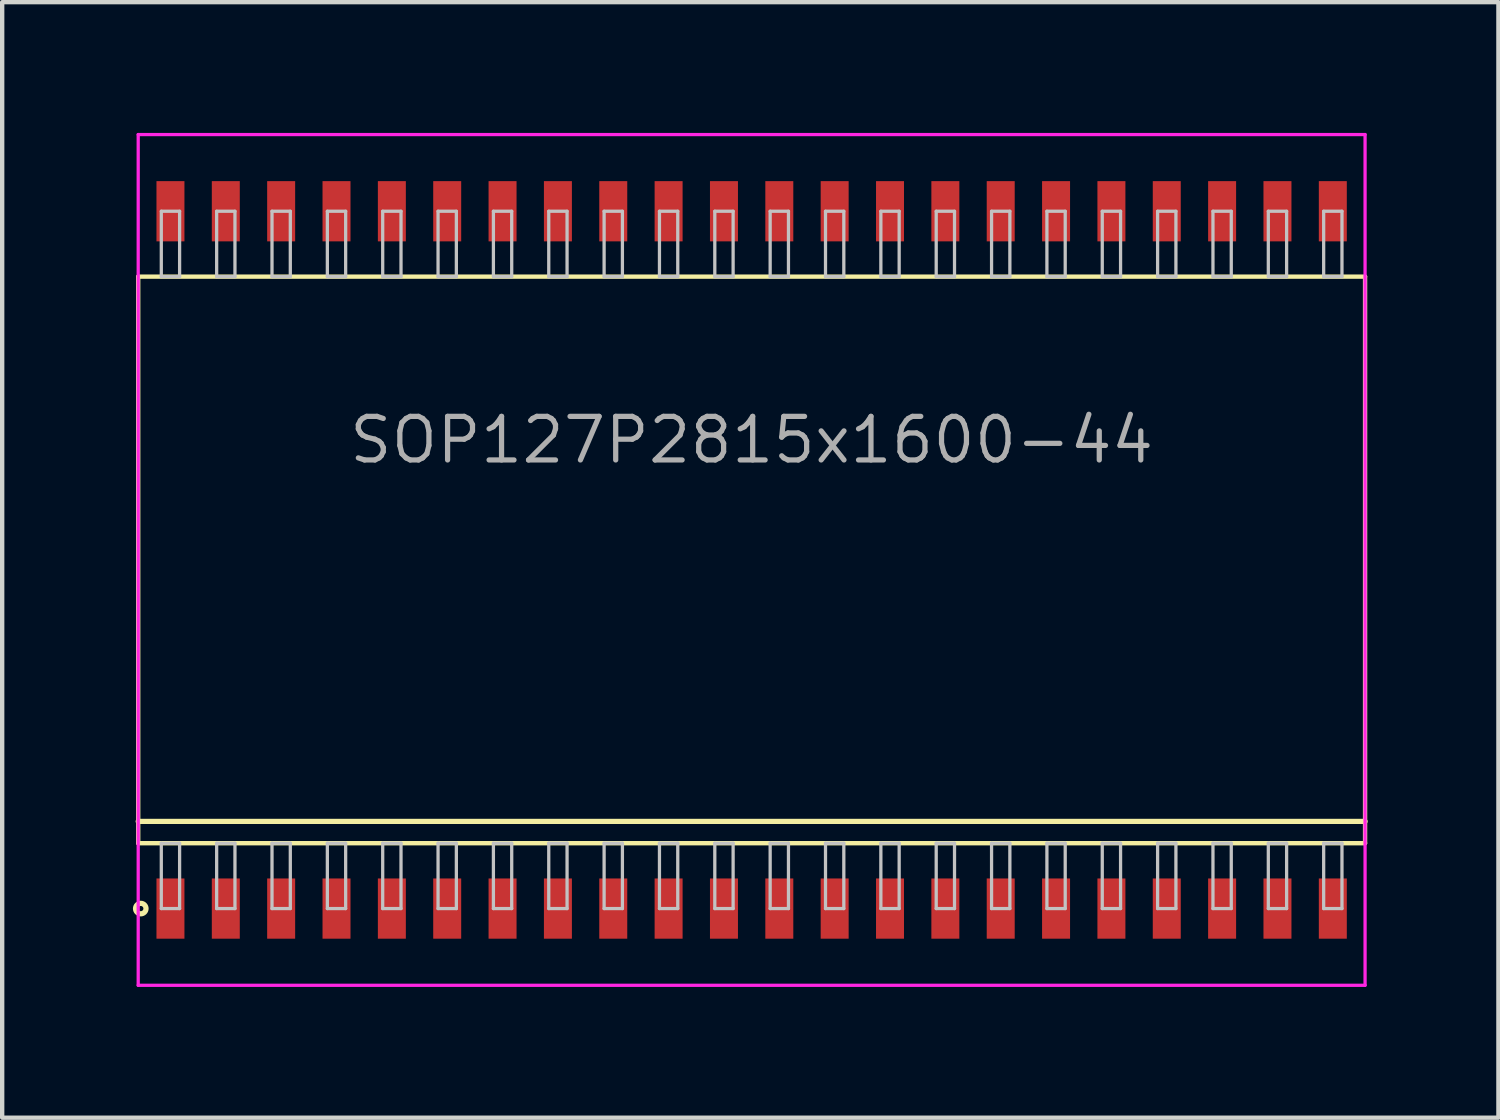
<source format=kicad_pcb>
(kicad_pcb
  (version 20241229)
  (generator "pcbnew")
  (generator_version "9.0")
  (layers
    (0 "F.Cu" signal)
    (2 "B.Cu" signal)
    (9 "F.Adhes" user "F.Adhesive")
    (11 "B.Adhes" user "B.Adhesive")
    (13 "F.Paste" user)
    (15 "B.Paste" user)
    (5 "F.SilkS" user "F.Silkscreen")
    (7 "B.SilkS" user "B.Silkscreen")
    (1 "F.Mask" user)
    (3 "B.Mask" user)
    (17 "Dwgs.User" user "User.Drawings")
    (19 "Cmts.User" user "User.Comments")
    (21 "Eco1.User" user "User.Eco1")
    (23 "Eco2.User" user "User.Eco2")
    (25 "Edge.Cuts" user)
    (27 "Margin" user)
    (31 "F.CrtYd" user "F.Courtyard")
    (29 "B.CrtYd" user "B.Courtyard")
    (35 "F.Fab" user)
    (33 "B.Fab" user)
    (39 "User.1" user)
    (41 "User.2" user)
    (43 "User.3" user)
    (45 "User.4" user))
  (footprint "SOP127P2815x1600-44"
    (layer "F.Cu")
    (at 14.196 9.797)
    (property "Reference" "SOP127P2815x1600-44" (at 0 -2.75 0) (layer "F.Fab") (effects (font (size 1 1) (thickness 0.12))))
    (attr through_hole)
    (fp_line (start -14.075 -6.5) (end -14.075 6.5) (stroke (width 0.1) (type solid)) (layer "F.SilkS"))
    (fp_line (start -14.075 6) (end 14.075 6) (stroke (width 0.12) (type solid)) (layer "F.SilkS"))
    (fp_line (start -14.075 6.5) (end 14.075 6.5) (stroke (width 0.1) (type solid)) (layer "F.SilkS"))
    (fp_line (start 14.075 -6.5) (end -14.075 -6.5) (stroke (width 0.1) (type solid)) (layer "F.SilkS"))
    (fp_line (start 14.075 6.5) (end 14.075 -6.5) (stroke (width 0.1) (type solid)) (layer "F.SilkS"))
    (fp_circle (center -14.016 8) (end -13.896 8) (stroke (width 0.12) (type solid)) (fill no) (layer "F.SilkS"))
    (fp_line (start -13.545 -8) (end -13.545 -6.5) (stroke (width 0.075) (type solid)) (layer "Dwgs.User"))
    (fp_line (start -13.545 -6.5) (end -13.125 -6.5) (stroke (width 0.075) (type solid)) (layer "Dwgs.User"))
    (fp_line (start -13.545 6.5) (end -13.125 6.5) (stroke (width 0.075) (type solid)) (layer "Dwgs.User"))
    (fp_line (start -13.545 8) (end -13.545 6.5) (stroke (width 0.075) (type solid)) (layer "Dwgs.User"))
    (fp_line (start -13.125 -8) (end -13.545 -8) (stroke (width 0.075) (type solid)) (layer "Dwgs.User"))
    (fp_line (start -13.125 -6.5) (end -13.125 -8) (stroke (width 0.075) (type solid)) (layer "Dwgs.User"))
    (fp_line (start -13.125 6.5) (end -13.125 8) (stroke (width 0.075) (type solid)) (layer "Dwgs.User"))
    (fp_line (start -13.125 8) (end -13.545 8) (stroke (width 0.075) (type solid)) (layer "Dwgs.User"))
    (fp_line (start -12.275 -8) (end -12.275 -6.5) (stroke (width 0.075) (type solid)) (layer "Dwgs.User"))
    (fp_line (start -12.275 -6.5) (end -11.855 -6.5) (stroke (width 0.075) (type solid)) (layer "Dwgs.User"))
    (fp_line (start -12.275 6.5) (end -11.855 6.5) (stroke (width 0.075) (type solid)) (layer "Dwgs.User"))
    (fp_line (start -12.275 8) (end -12.275 6.5) (stroke (width 0.075) (type solid)) (layer "Dwgs.User"))
    (fp_line (start -11.855 -8) (end -12.275 -8) (stroke (width 0.075) (type solid)) (layer "Dwgs.User"))
    (fp_line (start -11.855 -6.5) (end -11.855 -8) (stroke (width 0.075) (type solid)) (layer "Dwgs.User"))
    (fp_line (start -11.855 6.5) (end -11.855 8) (stroke (width 0.075) (type solid)) (layer "Dwgs.User"))
    (fp_line (start -11.855 8) (end -12.275 8) (stroke (width 0.075) (type solid)) (layer "Dwgs.User"))
    (fp_line (start -11.005 -8) (end -11.005 -6.5) (stroke (width 0.075) (type solid)) (layer "Dwgs.User"))
    (fp_line (start -11.005 -6.5) (end -10.585 -6.5) (stroke (width 0.075) (type solid)) (layer "Dwgs.User"))
    (fp_line (start -11.005 6.5) (end -10.585 6.5) (stroke (width 0.075) (type solid)) (layer "Dwgs.User"))
    (fp_line (start -11.005 8) (end -11.005 6.5) (stroke (width 0.075) (type solid)) (layer "Dwgs.User"))
    (fp_line (start -10.585 -8) (end -11.005 -8) (stroke (width 0.075) (type solid)) (layer "Dwgs.User"))
    (fp_line (start -10.585 -6.5) (end -10.585 -8) (stroke (width 0.075) (type solid)) (layer "Dwgs.User"))
    (fp_line (start -10.585 6.5) (end -10.585 8) (stroke (width 0.075) (type solid)) (layer "Dwgs.User"))
    (fp_line (start -10.585 8) (end -11.005 8) (stroke (width 0.075) (type solid)) (layer "Dwgs.User"))
    (fp_line (start -9.735 -8) (end -9.735 -6.5) (stroke (width 0.075) (type solid)) (layer "Dwgs.User"))
    (fp_line (start -9.735 -6.5) (end -9.315 -6.5) (stroke (width 0.075) (type solid)) (layer "Dwgs.User"))
    (fp_line (start -9.735 6.5) (end -9.315 6.5) (stroke (width 0.075) (type solid)) (layer "Dwgs.User"))
    (fp_line (start -9.735 8) (end -9.735 6.5) (stroke (width 0.075) (type solid)) (layer "Dwgs.User"))
    (fp_line (start -9.315 -8) (end -9.735 -8) (stroke (width 0.075) (type solid)) (layer "Dwgs.User"))
    (fp_line (start -9.315 -6.5) (end -9.315 -8) (stroke (width 0.075) (type solid)) (layer "Dwgs.User"))
    (fp_line (start -9.315 6.5) (end -9.315 8) (stroke (width 0.075) (type solid)) (layer "Dwgs.User"))
    (fp_line (start -9.315 8) (end -9.735 8) (stroke (width 0.075) (type solid)) (layer "Dwgs.User"))
    (fp_line (start -8.465 -8) (end -8.465 -6.5) (stroke (width 0.075) (type solid)) (layer "Dwgs.User"))
    (fp_line (start -8.465 -6.5) (end -8.045 -6.5) (stroke (width 0.075) (type solid)) (layer "Dwgs.User"))
    (fp_line (start -8.465 6.5) (end -8.045 6.5) (stroke (width 0.075) (type solid)) (layer "Dwgs.User"))
    (fp_line (start -8.465 8) (end -8.465 6.5) (stroke (width 0.075) (type solid)) (layer "Dwgs.User"))
    (fp_line (start -8.045 -8) (end -8.465 -8) (stroke (width 0.075) (type solid)) (layer "Dwgs.User"))
    (fp_line (start -8.045 -6.5) (end -8.045 -8) (stroke (width 0.075) (type solid)) (layer "Dwgs.User"))
    (fp_line (start -8.045 6.5) (end -8.045 8) (stroke (width 0.075) (type solid)) (layer "Dwgs.User"))
    (fp_line (start -8.045 8) (end -8.465 8) (stroke (width 0.075) (type solid)) (layer "Dwgs.User"))
    (fp_line (start -7.195 -8) (end -7.195 -6.5) (stroke (width 0.075) (type solid)) (layer "Dwgs.User"))
    (fp_line (start -7.195 -6.5) (end -6.775 -6.5) (stroke (width 0.075) (type solid)) (layer "Dwgs.User"))
    (fp_line (start -7.195 6.5) (end -6.775 6.5) (stroke (width 0.075) (type solid)) (layer "Dwgs.User"))
    (fp_line (start -7.195 8) (end -7.195 6.5) (stroke (width 0.075) (type solid)) (layer "Dwgs.User"))
    (fp_line (start -6.775 -8) (end -7.195 -8) (stroke (width 0.075) (type solid)) (layer "Dwgs.User"))
    (fp_line (start -6.775 -6.5) (end -6.775 -8) (stroke (width 0.075) (type solid)) (layer "Dwgs.User"))
    (fp_line (start -6.775 6.5) (end -6.775 8) (stroke (width 0.075) (type solid)) (layer "Dwgs.User"))
    (fp_line (start -6.775 8) (end -7.195 8) (stroke (width 0.075) (type solid)) (layer "Dwgs.User"))
    (fp_line (start -5.925 -8) (end -5.925 -6.5) (stroke (width 0.075) (type solid)) (layer "Dwgs.User"))
    (fp_line (start -5.925 -6.5) (end -5.505 -6.5) (stroke (width 0.075) (type solid)) (layer "Dwgs.User"))
    (fp_line (start -5.925 6.5) (end -5.505 6.5) (stroke (width 0.075) (type solid)) (layer "Dwgs.User"))
    (fp_line (start -5.925 8) (end -5.925 6.5) (stroke (width 0.075) (type solid)) (layer "Dwgs.User"))
    (fp_line (start -5.505 -8) (end -5.925 -8) (stroke (width 0.075) (type solid)) (layer "Dwgs.User"))
    (fp_line (start -5.505 -6.5) (end -5.505 -8) (stroke (width 0.075) (type solid)) (layer "Dwgs.User"))
    (fp_line (start -5.505 6.5) (end -5.505 8) (stroke (width 0.075) (type solid)) (layer "Dwgs.User"))
    (fp_line (start -5.505 8) (end -5.925 8) (stroke (width 0.075) (type solid)) (layer "Dwgs.User"))
    (fp_line (start -4.655 -8) (end -4.655 -6.5) (stroke (width 0.075) (type solid)) (layer "Dwgs.User"))
    (fp_line (start -4.655 -6.5) (end -4.235 -6.5) (stroke (width 0.075) (type solid)) (layer "Dwgs.User"))
    (fp_line (start -4.655 6.5) (end -4.235 6.5) (stroke (width 0.075) (type solid)) (layer "Dwgs.User"))
    (fp_line (start -4.655 8) (end -4.655 6.5) (stroke (width 0.075) (type solid)) (layer "Dwgs.User"))
    (fp_line (start -4.235 -8) (end -4.655 -8) (stroke (width 0.075) (type solid)) (layer "Dwgs.User"))
    (fp_line (start -4.235 -6.5) (end -4.235 -8) (stroke (width 0.075) (type solid)) (layer "Dwgs.User"))
    (fp_line (start -4.235 6.5) (end -4.235 8) (stroke (width 0.075) (type solid)) (layer "Dwgs.User"))
    (fp_line (start -4.235 8) (end -4.655 8) (stroke (width 0.075) (type solid)) (layer "Dwgs.User"))
    (fp_line (start -3.385 -8) (end -3.385 -6.5) (stroke (width 0.075) (type solid)) (layer "Dwgs.User"))
    (fp_line (start -3.385 -6.5) (end -2.965 -6.5) (stroke (width 0.075) (type solid)) (layer "Dwgs.User"))
    (fp_line (start -3.385 6.5) (end -2.965 6.5) (stroke (width 0.075) (type solid)) (layer "Dwgs.User"))
    (fp_line (start -3.385 8) (end -3.385 6.5) (stroke (width 0.075) (type solid)) (layer "Dwgs.User"))
    (fp_line (start -2.965 -8) (end -3.385 -8) (stroke (width 0.075) (type solid)) (layer "Dwgs.User"))
    (fp_line (start -2.965 -6.5) (end -2.965 -8) (stroke (width 0.075) (type solid)) (layer "Dwgs.User"))
    (fp_line (start -2.965 6.5) (end -2.965 8) (stroke (width 0.075) (type solid)) (layer "Dwgs.User"))
    (fp_line (start -2.965 8) (end -3.385 8) (stroke (width 0.075) (type solid)) (layer "Dwgs.User"))
    (fp_line (start -2.115 -8) (end -2.115 -6.5) (stroke (width 0.075) (type solid)) (layer "Dwgs.User"))
    (fp_line (start -2.115 -6.5) (end -1.695 -6.5) (stroke (width 0.075) (type solid)) (layer "Dwgs.User"))
    (fp_line (start -2.115 6.5) (end -1.695 6.5) (stroke (width 0.075) (type solid)) (layer "Dwgs.User"))
    (fp_line (start -2.115 8) (end -2.115 6.5) (stroke (width 0.075) (type solid)) (layer "Dwgs.User"))
    (fp_line (start -1.695 -8) (end -2.115 -8) (stroke (width 0.075) (type solid)) (layer "Dwgs.User"))
    (fp_line (start -1.695 -6.5) (end -1.695 -8) (stroke (width 0.075) (type solid)) (layer "Dwgs.User"))
    (fp_line (start -1.695 6.5) (end -1.695 8) (stroke (width 0.075) (type solid)) (layer "Dwgs.User"))
    (fp_line (start -1.695 8) (end -2.115 8) (stroke (width 0.075) (type solid)) (layer "Dwgs.User"))
    (fp_line (start -0.845 -8) (end -0.845 -6.5) (stroke (width 0.075) (type solid)) (layer "Dwgs.User"))
    (fp_line (start -0.845 -6.5) (end -0.425 -6.5) (stroke (width 0.075) (type solid)) (layer "Dwgs.User"))
    (fp_line (start -0.845 6.5) (end -0.425 6.5) (stroke (width 0.075) (type solid)) (layer "Dwgs.User"))
    (fp_line (start -0.845 8) (end -0.845 6.5) (stroke (width 0.075) (type solid)) (layer "Dwgs.User"))
    (fp_line (start -0.425 -8) (end -0.845 -8) (stroke (width 0.075) (type solid)) (layer "Dwgs.User"))
    (fp_line (start -0.425 -6.5) (end -0.425 -8) (stroke (width 0.075) (type solid)) (layer "Dwgs.User"))
    (fp_line (start -0.425 6.5) (end -0.425 8) (stroke (width 0.075) (type solid)) (layer "Dwgs.User"))
    (fp_line (start -0.425 8) (end -0.845 8) (stroke (width 0.075) (type solid)) (layer "Dwgs.User"))
    (fp_line (start 0.425 -8) (end 0.425 -6.5) (stroke (width 0.075) (type solid)) (layer "Dwgs.User"))
    (fp_line (start 0.425 -6.5) (end 0.845 -6.5) (stroke (width 0.075) (type solid)) (layer "Dwgs.User"))
    (fp_line (start 0.425 6.5) (end 0.845 6.5) (stroke (width 0.075) (type solid)) (layer "Dwgs.User"))
    (fp_line (start 0.425 8) (end 0.425 6.5) (stroke (width 0.075) (type solid)) (layer "Dwgs.User"))
    (fp_line (start 0.845 -8) (end 0.425 -8) (stroke (width 0.075) (type solid)) (layer "Dwgs.User"))
    (fp_line (start 0.845 -6.5) (end 0.845 -8) (stroke (width 0.075) (type solid)) (layer "Dwgs.User"))
    (fp_line (start 0.845 6.5) (end 0.845 8) (stroke (width 0.075) (type solid)) (layer "Dwgs.User"))
    (fp_line (start 0.845 8) (end 0.425 8) (stroke (width 0.075) (type solid)) (layer "Dwgs.User"))
    (fp_line (start 1.695 -8) (end 1.695 -6.5) (stroke (width 0.075) (type solid)) (layer "Dwgs.User"))
    (fp_line (start 1.695 -6.5) (end 2.115 -6.5) (stroke (width 0.075) (type solid)) (layer "Dwgs.User"))
    (fp_line (start 1.695 6.5) (end 2.115 6.5) (stroke (width 0.075) (type solid)) (layer "Dwgs.User"))
    (fp_line (start 1.695 8) (end 1.695 6.5) (stroke (width 0.075) (type solid)) (layer "Dwgs.User"))
    (fp_line (start 2.115 -8) (end 1.695 -8) (stroke (width 0.075) (type solid)) (layer "Dwgs.User"))
    (fp_line (start 2.115 -6.5) (end 2.115 -8) (stroke (width 0.075) (type solid)) (layer "Dwgs.User"))
    (fp_line (start 2.115 6.5) (end 2.115 8) (stroke (width 0.075) (type solid)) (layer "Dwgs.User"))
    (fp_line (start 2.115 8) (end 1.695 8) (stroke (width 0.075) (type solid)) (layer "Dwgs.User"))
    (fp_line (start 2.965 -8) (end 2.965 -6.5) (stroke (width 0.075) (type solid)) (layer "Dwgs.User"))
    (fp_line (start 2.965 -6.5) (end 3.385 -6.5) (stroke (width 0.075) (type solid)) (layer "Dwgs.User"))
    (fp_line (start 2.965 6.5) (end 3.385 6.5) (stroke (width 0.075) (type solid)) (layer "Dwgs.User"))
    (fp_line (start 2.965 8) (end 2.965 6.5) (stroke (width 0.075) (type solid)) (layer "Dwgs.User"))
    (fp_line (start 3.385 -8) (end 2.965 -8) (stroke (width 0.075) (type solid)) (layer "Dwgs.User"))
    (fp_line (start 3.385 -6.5) (end 3.385 -8) (stroke (width 0.075) (type solid)) (layer "Dwgs.User"))
    (fp_line (start 3.385 6.5) (end 3.385 8) (stroke (width 0.075) (type solid)) (layer "Dwgs.User"))
    (fp_line (start 3.385 8) (end 2.965 8) (stroke (width 0.075) (type solid)) (layer "Dwgs.User"))
    (fp_line (start 4.235 -8) (end 4.235 -6.5) (stroke (width 0.075) (type solid)) (layer "Dwgs.User"))
    (fp_line (start 4.235 -6.5) (end 4.655 -6.5) (stroke (width 0.075) (type solid)) (layer "Dwgs.User"))
    (fp_line (start 4.235 6.5) (end 4.655 6.5) (stroke (width 0.075) (type solid)) (layer "Dwgs.User"))
    (fp_line (start 4.235 8) (end 4.235 6.5) (stroke (width 0.075) (type solid)) (layer "Dwgs.User"))
    (fp_line (start 4.655 -8) (end 4.235 -8) (stroke (width 0.075) (type solid)) (layer "Dwgs.User"))
    (fp_line (start 4.655 -6.5) (end 4.655 -8) (stroke (width 0.075) (type solid)) (layer "Dwgs.User"))
    (fp_line (start 4.655 6.5) (end 4.655 8) (stroke (width 0.075) (type solid)) (layer "Dwgs.User"))
    (fp_line (start 4.655 8) (end 4.235 8) (stroke (width 0.075) (type solid)) (layer "Dwgs.User"))
    (fp_line (start 5.505 -8) (end 5.505 -6.5) (stroke (width 0.075) (type solid)) (layer "Dwgs.User"))
    (fp_line (start 5.505 -6.5) (end 5.925 -6.5) (stroke (width 0.075) (type solid)) (layer "Dwgs.User"))
    (fp_line (start 5.505 6.5) (end 5.925 6.5) (stroke (width 0.075) (type solid)) (layer "Dwgs.User"))
    (fp_line (start 5.505 8) (end 5.505 6.5) (stroke (width 0.075) (type solid)) (layer "Dwgs.User"))
    (fp_line (start 5.925 -8) (end 5.505 -8) (stroke (width 0.075) (type solid)) (layer "Dwgs.User"))
    (fp_line (start 5.925 -6.5) (end 5.925 -8) (stroke (width 0.075) (type solid)) (layer "Dwgs.User"))
    (fp_line (start 5.925 6.5) (end 5.925 8) (stroke (width 0.075) (type solid)) (layer "Dwgs.User"))
    (fp_line (start 5.925 8) (end 5.505 8) (stroke (width 0.075) (type solid)) (layer "Dwgs.User"))
    (fp_line (start 6.775 -8) (end 6.775 -6.5) (stroke (width 0.075) (type solid)) (layer "Dwgs.User"))
    (fp_line (start 6.775 -6.5) (end 7.195 -6.5) (stroke (width 0.075) (type solid)) (layer "Dwgs.User"))
    (fp_line (start 6.775 6.5) (end 7.195 6.5) (stroke (width 0.075) (type solid)) (layer "Dwgs.User"))
    (fp_line (start 6.775 8) (end 6.775 6.5) (stroke (width 0.075) (type solid)) (layer "Dwgs.User"))
    (fp_line (start 7.195 -8) (end 6.775 -8) (stroke (width 0.075) (type solid)) (layer "Dwgs.User"))
    (fp_line (start 7.195 -6.5) (end 7.195 -8) (stroke (width 0.075) (type solid)) (layer "Dwgs.User"))
    (fp_line (start 7.195 6.5) (end 7.195 8) (stroke (width 0.075) (type solid)) (layer "Dwgs.User"))
    (fp_line (start 7.195 8) (end 6.775 8) (stroke (width 0.075) (type solid)) (layer "Dwgs.User"))
    (fp_line (start 8.045 -8) (end 8.045 -6.5) (stroke (width 0.075) (type solid)) (layer "Dwgs.User"))
    (fp_line (start 8.045 -6.5) (end 8.465 -6.5) (stroke (width 0.075) (type solid)) (layer "Dwgs.User"))
    (fp_line (start 8.045 6.5) (end 8.465 6.5) (stroke (width 0.075) (type solid)) (layer "Dwgs.User"))
    (fp_line (start 8.045 8) (end 8.045 6.5) (stroke (width 0.075) (type solid)) (layer "Dwgs.User"))
    (fp_line (start 8.465 -8) (end 8.045 -8) (stroke (width 0.075) (type solid)) (layer "Dwgs.User"))
    (fp_line (start 8.465 -6.5) (end 8.465 -8) (stroke (width 0.075) (type solid)) (layer "Dwgs.User"))
    (fp_line (start 8.465 6.5) (end 8.465 8) (stroke (width 0.075) (type solid)) (layer "Dwgs.User"))
    (fp_line (start 8.465 8) (end 8.045 8) (stroke (width 0.075) (type solid)) (layer "Dwgs.User"))
    (fp_line (start 9.315 -8) (end 9.315 -6.5) (stroke (width 0.075) (type solid)) (layer "Dwgs.User"))
    (fp_line (start 9.315 -6.5) (end 9.735 -6.5) (stroke (width 0.075) (type solid)) (layer "Dwgs.User"))
    (fp_line (start 9.315 6.5) (end 9.735 6.5) (stroke (width 0.075) (type solid)) (layer "Dwgs.User"))
    (fp_line (start 9.315 8) (end 9.315 6.5) (stroke (width 0.075) (type solid)) (layer "Dwgs.User"))
    (fp_line (start 9.735 -8) (end 9.315 -8) (stroke (width 0.075) (type solid)) (layer "Dwgs.User"))
    (fp_line (start 9.735 -6.5) (end 9.735 -8) (stroke (width 0.075) (type solid)) (layer "Dwgs.User"))
    (fp_line (start 9.735 6.5) (end 9.735 8) (stroke (width 0.075) (type solid)) (layer "Dwgs.User"))
    (fp_line (start 9.735 8) (end 9.315 8) (stroke (width 0.075) (type solid)) (layer "Dwgs.User"))
    (fp_line (start 10.585 -8) (end 10.585 -6.5) (stroke (width 0.075) (type solid)) (layer "Dwgs.User"))
    (fp_line (start 10.585 -6.5) (end 11.005 -6.5) (stroke (width 0.075) (type solid)) (layer "Dwgs.User"))
    (fp_line (start 10.585 6.5) (end 11.005 6.5) (stroke (width 0.075) (type solid)) (layer "Dwgs.User"))
    (fp_line (start 10.585 8) (end 10.585 6.5) (stroke (width 0.075) (type solid)) (layer "Dwgs.User"))
    (fp_line (start 11.005 -8) (end 10.585 -8) (stroke (width 0.075) (type solid)) (layer "Dwgs.User"))
    (fp_line (start 11.005 -6.5) (end 11.005 -8) (stroke (width 0.075) (type solid)) (layer "Dwgs.User"))
    (fp_line (start 11.005 6.5) (end 11.005 8) (stroke (width 0.075) (type solid)) (layer "Dwgs.User"))
    (fp_line (start 11.005 8) (end 10.585 8) (stroke (width 0.075) (type solid)) (layer "Dwgs.User"))
    (fp_line (start 11.855 -8) (end 11.855 -6.5) (stroke (width 0.075) (type solid)) (layer "Dwgs.User"))
    (fp_line (start 11.855 -6.5) (end 12.275 -6.5) (stroke (width 0.075) (type solid)) (layer "Dwgs.User"))
    (fp_line (start 11.855 6.5) (end 12.275 6.5) (stroke (width 0.075) (type solid)) (layer "Dwgs.User"))
    (fp_line (start 11.855 8) (end 11.855 6.5) (stroke (width 0.075) (type solid)) (layer "Dwgs.User"))
    (fp_line (start 12.275 -8) (end 11.855 -8) (stroke (width 0.075) (type solid)) (layer "Dwgs.User"))
    (fp_line (start 12.275 -6.5) (end 12.275 -8) (stroke (width 0.075) (type solid)) (layer "Dwgs.User"))
    (fp_line (start 12.275 6.5) (end 12.275 8) (stroke (width 0.075) (type solid)) (layer "Dwgs.User"))
    (fp_line (start 12.275 8) (end 11.855 8) (stroke (width 0.075) (type solid)) (layer "Dwgs.User"))
    (fp_line (start 13.125 -8) (end 13.125 -6.5) (stroke (width 0.075) (type solid)) (layer "Dwgs.User"))
    (fp_line (start 13.125 -6.5) (end 13.545 -6.5) (stroke (width 0.075) (type solid)) (layer "Dwgs.User"))
    (fp_line (start 13.125 6.5) (end 13.545 6.5) (stroke (width 0.075) (type solid)) (layer "Dwgs.User"))
    (fp_line (start 13.125 8) (end 13.125 6.5) (stroke (width 0.075) (type solid)) (layer "Dwgs.User"))
    (fp_line (start 13.545 -8) (end 13.125 -8) (stroke (width 0.075) (type solid)) (layer "Dwgs.User"))
    (fp_line (start 13.545 -6.5) (end 13.545 -8) (stroke (width 0.075) (type solid)) (layer "Dwgs.User"))
    (fp_line (start 13.545 6.5) (end 13.545 8) (stroke (width 0.075) (type solid)) (layer "Dwgs.User"))
    (fp_line (start 13.545 8) (end 13.125 8) (stroke (width 0.075) (type solid)) (layer "Dwgs.User"))
    (fp_line (start -0.75 0) (end 0.75 0) (stroke (width 0.12) (type solid)) (layer "Eco1.User"))
    (fp_line (start 0 -0.75) (end 0 0.75) (stroke (width 0.12) (type solid)) (layer "Eco1.User"))
    (fp_circle (center 0 0) (end 0.5 0) (stroke (width 0.12) (type solid)) (fill no) (layer "Eco1.User"))
    (fp_line (start -14.075 -9.76) (end -14.075 9.76) (stroke (width 0.075) (type solid)) (layer "F.CrtYd"))
    (fp_line (start -14.075 9.76) (end 14.075 9.76) (stroke (width 0.075) (type solid)) (layer "F.CrtYd"))
    (fp_line (start 14.075 -9.76) (end -14.075 -9.76) (stroke (width 0.075) (type solid)) (layer "F.CrtYd"))
    (fp_line (start 14.075 9.76) (end 14.075 -9.76) (stroke (width 0.075) (type solid)) (layer "F.CrtYd"))
    (pad "1" smd rect (at -13.335 8) (size 0.642 1.382) (layers "F.Cu" "F.Mask" "F.Paste"))
    (pad "2" smd rect (at -12.065 8) (size 0.642 1.382) (layers "F.Cu" "F.Mask" "F.Paste"))
    (pad "3" smd rect (at -10.795 8) (size 0.642 1.382) (layers "F.Cu" "F.Mask" "F.Paste"))
    (pad "4" smd rect (at -9.525 8) (size 0.642 1.382) (layers "F.Cu" "F.Mask" "F.Paste"))
    (pad "5" smd rect (at -8.255 8) (size 0.642 1.382) (layers "F.Cu" "F.Mask" "F.Paste"))
    (pad "6" smd rect (at -6.985 8) (size 0.642 1.382) (layers "F.Cu" "F.Mask" "F.Paste"))
    (pad "7" smd rect (at -5.715 8) (size 0.642 1.382) (layers "F.Cu" "F.Mask" "F.Paste"))
    (pad "8" smd rect (at -4.445 8) (size 0.642 1.382) (layers "F.Cu" "F.Mask" "F.Paste"))
    (pad "9" smd rect (at -3.175 8) (size 0.642 1.382) (layers "F.Cu" "F.Mask" "F.Paste"))
    (pad "10" smd rect (at -1.905 8) (size 0.642 1.382) (layers "F.Cu" "F.Mask" "F.Paste"))
    (pad "11" smd rect (at -0.635 8) (size 0.642 1.382) (layers "F.Cu" "F.Mask" "F.Paste"))
    (pad "12" smd rect (at 0.635 8) (size 0.642 1.382) (layers "F.Cu" "F.Mask" "F.Paste"))
    (pad "13" smd rect (at 1.905 8) (size 0.642 1.382) (layers "F.Cu" "F.Mask" "F.Paste"))
    (pad "14" smd rect (at 3.175 8) (size 0.642 1.382) (layers "F.Cu" "F.Mask" "F.Paste"))
    (pad "15" smd rect (at 4.445 8) (size 0.642 1.382) (layers "F.Cu" "F.Mask" "F.Paste"))
    (pad "16" smd rect (at 5.715 8) (size 0.642 1.382) (layers "F.Cu" "F.Mask" "F.Paste"))
    (pad "17" smd rect (at 6.985 8) (size 0.642 1.382) (layers "F.Cu" "F.Mask" "F.Paste"))
    (pad "18" smd rect (at 8.255 8) (size 0.642 1.382) (layers "F.Cu" "F.Mask" "F.Paste"))
    (pad "19" smd rect (at 9.525 8) (size 0.642 1.382) (layers "F.Cu" "F.Mask" "F.Paste"))
    (pad "20" smd rect (at 10.795 8) (size 0.642 1.382) (layers "F.Cu" "F.Mask" "F.Paste"))
    (pad "21" smd rect (at 12.065 8) (size 0.642 1.382) (layers "F.Cu" "F.Mask" "F.Paste"))
    (pad "22" smd rect (at 13.335 8) (size 0.642 1.382) (layers "F.Cu" "F.Mask" "F.Paste"))
    (pad "23" smd rect (at 13.335 -8) (size 0.642 1.382) (layers "F.Cu" "F.Mask" "F.Paste"))
    (pad "24" smd rect (at 12.065 -8) (size 0.642 1.382) (layers "F.Cu" "F.Mask" "F.Paste"))
    (pad "25" smd rect (at 10.795 -8) (size 0.642 1.382) (layers "F.Cu" "F.Mask" "F.Paste"))
    (pad "26" smd rect (at 9.525 -8) (size 0.642 1.382) (layers "F.Cu" "F.Mask" "F.Paste"))
    (pad "27" smd rect (at 8.255 -8) (size 0.642 1.382) (layers "F.Cu" "F.Mask" "F.Paste"))
    (pad "28" smd rect (at 6.985 -8) (size 0.642 1.382) (layers "F.Cu" "F.Mask" "F.Paste"))
    (pad "29" smd rect (at 5.715 -8) (size 0.642 1.382) (layers "F.Cu" "F.Mask" "F.Paste"))
    (pad "30" smd rect (at 4.445 -8) (size 0.642 1.382) (layers "F.Cu" "F.Mask" "F.Paste"))
    (pad "31" smd rect (at 3.175 -8) (size 0.642 1.382) (layers "F.Cu" "F.Mask" "F.Paste"))
    (pad "32" smd rect (at 1.905 -8) (size 0.642 1.382) (layers "F.Cu" "F.Mask" "F.Paste"))
    (pad "33" smd rect (at 0.635 -8) (size 0.642 1.382) (layers "F.Cu" "F.Mask" "F.Paste"))
    (pad "34" smd rect (at -0.635 -8) (size 0.642 1.382) (layers "F.Cu" "F.Mask" "F.Paste"))
    (pad "35" smd rect (at -1.905 -8) (size 0.642 1.382) (layers "F.Cu" "F.Mask" "F.Paste"))
    (pad "36" smd rect (at -3.175 -8) (size 0.642 1.382) (layers "F.Cu" "F.Mask" "F.Paste"))
    (pad "37" smd rect (at -4.445 -8) (size 0.642 1.382) (layers "F.Cu" "F.Mask" "F.Paste"))
    (pad "38" smd rect (at -5.715 -8) (size 0.642 1.382) (layers "F.Cu" "F.Mask" "F.Paste"))
    (pad "39" smd rect (at -6.985 -8) (size 0.642 1.382) (layers "F.Cu" "F.Mask" "F.Paste"))
    (pad "40" smd rect (at -8.255 -8) (size 0.642 1.382) (layers "F.Cu" "F.Mask" "F.Paste"))
    (pad "41" smd rect (at -9.525 -8) (size 0.642 1.382) (layers "F.Cu" "F.Mask" "F.Paste"))
    (pad "42" smd rect (at -10.795 -8) (size 0.642 1.382) (layers "F.Cu" "F.Mask" "F.Paste"))
    (pad "43" smd rect (at -12.065 -8) (size 0.642 1.382) (layers "F.Cu" "F.Mask" "F.Paste"))
    (pad "44" smd rect (at -13.335 -8) (size 0.642 1.382) (layers "F.Cu" "F.Mask" "F.Paste")))
  (gr_rect
    (start -3 -3)
    (end 31.331 22.595)
    (stroke (width 0.1) (type default))
    (fill no)
    (layer "Edge.Cuts")))
</source>
